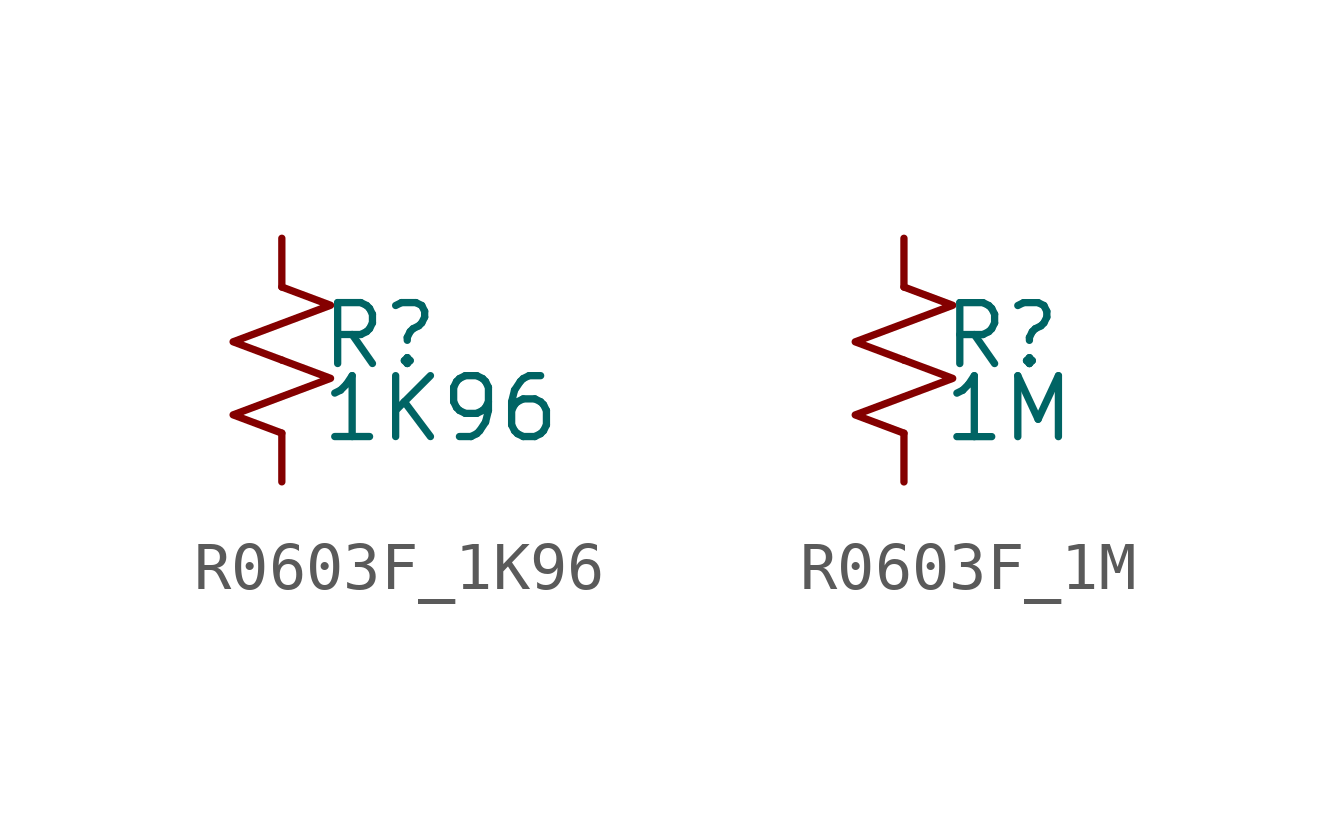
<source format=kicad_sym>
(kicad_symbol_lib
  (version 20220914)
  (generator kicad_symbol_editor)
  (symbol "R0603F_1K96"
    (pin_numbers hide)
    (pin_names
      (offset 0.254) hide)
    (property "Reference" "R"
      (at 0.762 0.508 0)
      (effects (font (size 1.27 1.27)) (justify left)))
    (property "Value" "1K96"
      (at 0.762 -1.016 0)
      (effects (font (size 1.27 1.27)) (justify left)))
    (symbol "R0603F_1K96_1_1"
      (polyline (pts (xy 0 0) (xy 1.016 -0.381) (xy 0 -0.762) (xy -1.016 -1.143) (xy 0 -1.524)) (stroke (width 0) (type default)) (fill (type none)))
      (polyline (pts (xy 0 1.524) (xy 1.016 1.143) (xy 0 0.762) (xy -1.016 0.381) (xy 0 0)) (stroke (width 0) (type default)) (fill (type none)))
      (pin passive line (at 0 2.54 270) (length 1.016) (name "~" (effects (font (size 1.27 1.27)))) (number "1" (effects (font (size 1.27 1.27)))))
      (pin passive line (at 0 -2.54 90) (length 1.016) (name "~" (effects (font (size 1.27 1.27)))) (number "2" (effects (font (size 1.27 1.27)))))))
  (symbol "R0603F_1M"
    (pin_numbers hide)
    (pin_names
      (offset 0.254) hide)
    (property "Reference" "R"
      (at 0.762 0.508 0)
      (effects (font (size 1.27 1.27)) (justify left)))
    (property "Value" "1M"
      (at 0.762 -1.016 0)
      (effects (font (size 1.27 1.27)) (justify left)))
    (symbol "R0603F_1M_1_1"
      (polyline (pts (xy 0 0) (xy 1.016 -0.381) (xy 0 -0.762) (xy -1.016 -1.143) (xy 0 -1.524)) (stroke (width 0) (type default)) (fill (type none)))
      (polyline (pts (xy 0 1.524) (xy 1.016 1.143) (xy 0 0.762) (xy -1.016 0.381) (xy 0 0)) (stroke (width 0) (type default)) (fill (type none)))
      (pin passive line (at 0 2.54 270) (length 1.016) (name "~" (effects (font (size 1.27 1.27)))) (number "1" (effects (font (size 1.27 1.27)))))
      (pin passive line (at 0 -2.54 90) (length 1.016) (name "~" (effects (font (size 1.27 1.27)))) (number "2" (effects (font (size 1.27 1.27))))))))
</source>
